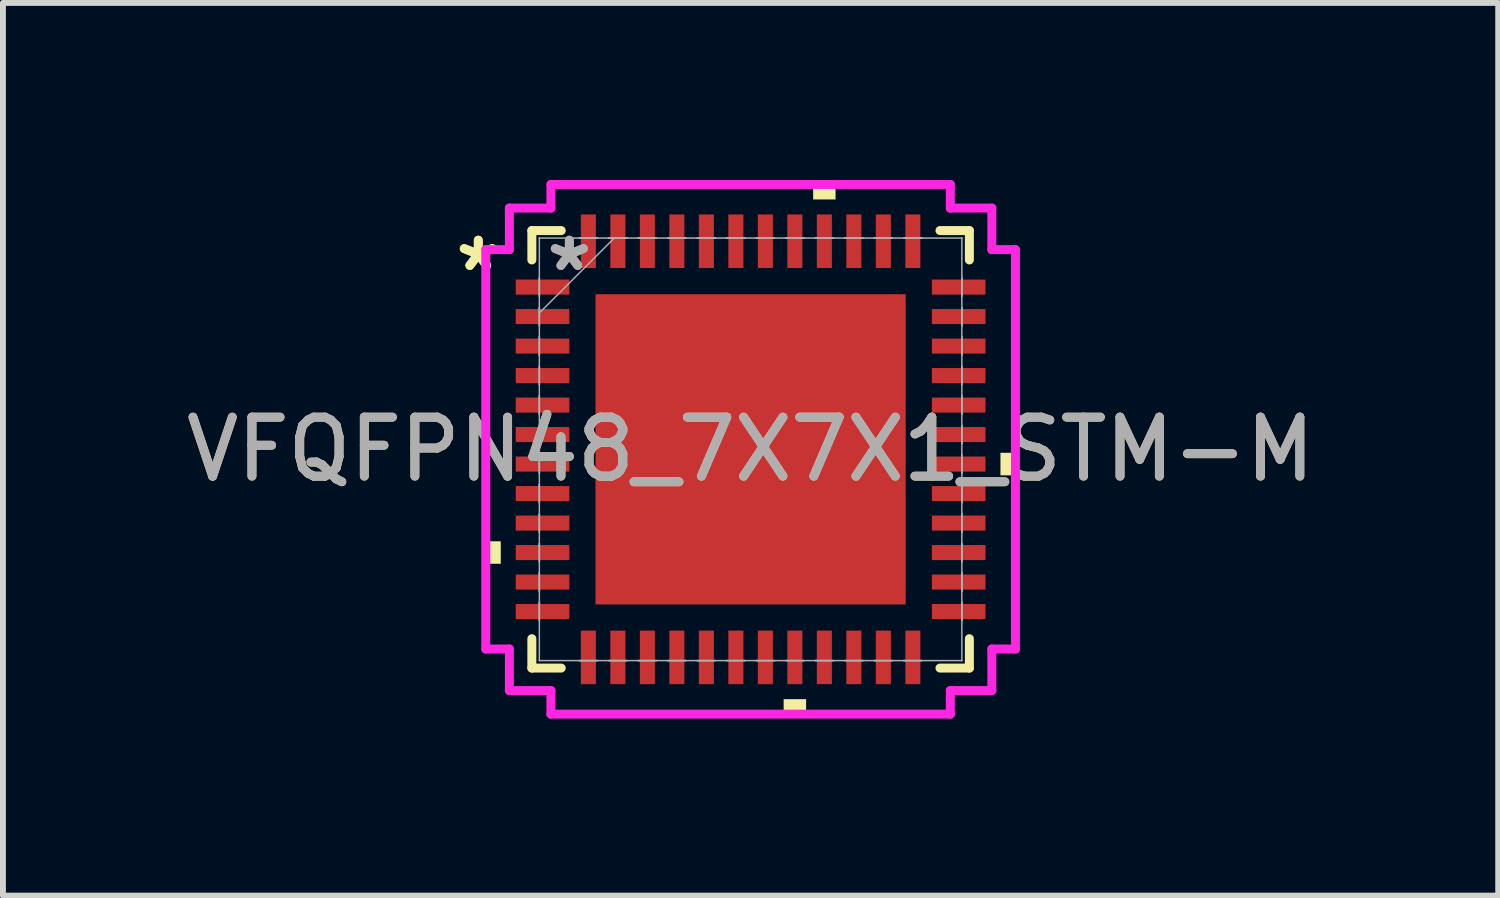
<source format=kicad_pcb>
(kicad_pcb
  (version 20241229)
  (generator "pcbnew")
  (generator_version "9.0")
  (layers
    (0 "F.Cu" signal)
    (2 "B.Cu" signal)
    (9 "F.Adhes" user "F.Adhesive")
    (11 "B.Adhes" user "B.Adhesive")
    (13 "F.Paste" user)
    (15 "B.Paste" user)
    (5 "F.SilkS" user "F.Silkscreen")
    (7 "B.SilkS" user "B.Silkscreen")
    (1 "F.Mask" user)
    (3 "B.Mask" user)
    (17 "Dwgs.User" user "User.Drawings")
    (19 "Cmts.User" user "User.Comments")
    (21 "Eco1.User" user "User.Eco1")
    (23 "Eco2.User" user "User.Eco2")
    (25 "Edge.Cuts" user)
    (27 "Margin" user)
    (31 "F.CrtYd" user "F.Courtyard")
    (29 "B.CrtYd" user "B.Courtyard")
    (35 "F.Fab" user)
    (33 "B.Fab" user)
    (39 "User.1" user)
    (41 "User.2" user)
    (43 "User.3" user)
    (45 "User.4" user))
  (footprint "VFQFPN48_7X7X1_STM-M"
    (layer "F.Cu")
    (at 9.673 4.566)
    (property "Reference" "VFQFPN48_7X7X1_STM-M" (at 0 0 0) (unlocked yes) (layer "F.SilkS") (effects (font (size 1 1) (thickness 0.15))))
    (attr smd)
    (fp_line (start -3.708 -3.708) (end -3.708 -3.21) (stroke (width 0.152) (type solid)) (layer "F.SilkS"))
    (fp_line (start -3.708 3.21) (end -3.708 3.708) (stroke (width 0.152) (type solid)) (layer "F.SilkS"))
    (fp_line (start -3.708 3.708) (end -3.21 3.708) (stroke (width 0.152) (type solid)) (layer "F.SilkS"))
    (fp_line (start -3.21 -3.708) (end -3.708 -3.708) (stroke (width 0.152) (type solid)) (layer "F.SilkS"))
    (fp_line (start 3.21 3.708) (end 3.708 3.708) (stroke (width 0.152) (type solid)) (layer "F.SilkS"))
    (fp_line (start 3.708 -3.708) (end 3.21 -3.708) (stroke (width 0.152) (type solid)) (layer "F.SilkS"))
    (fp_line (start 3.708 -3.21) (end 3.708 -3.708) (stroke (width 0.152) (type solid)) (layer "F.SilkS"))
    (fp_line (start 3.708 3.708) (end 3.708 3.21) (stroke (width 0.152) (type solid)) (layer "F.SilkS"))
    (fp_poly (pts (xy -4.489 1.559) (xy -4.489 1.94) (xy -4.235 1.94) (xy -4.235 1.559)) (stroke (width 0) (type solid)) (fill yes) (layer "F.SilkS"))
    (fp_poly (pts (xy 0.56 4.235) (xy 0.56 4.489) (xy 0.941 4.489) (xy 0.941 4.235)) (stroke (width 0) (type solid)) (fill yes) (layer "F.SilkS"))
    (fp_poly (pts (xy 1.06 -4.235) (xy 1.06 -4.489) (xy 1.44 -4.489) (xy 1.44 -4.235)) (stroke (width 0) (type solid)) (fill yes) (layer "F.SilkS"))
    (fp_poly (pts (xy 4.489 0.059) (xy 4.489 0.441) (xy 4.235 0.441) (xy 4.235 0.059)) (stroke (width 0) (type solid)) (fill yes) (layer "F.SilkS"))
    (fp_poly (pts (xy -2.529 -2.529) (xy -2.529 -1.414) (xy -1.414 -1.414) (xy -1.414 -2.529)) (stroke (width 0) (type solid)) (fill yes) (layer "F.Paste"))
    (fp_poly (pts (xy -2.529 -1.214) (xy -2.529 -0.1) (xy -1.414 -0.1) (xy -1.414 -1.214)) (stroke (width 0) (type solid)) (fill yes) (layer "F.Paste"))
    (fp_poly (pts (xy -2.529 0.1) (xy -2.529 1.214) (xy -1.414 1.214) (xy -1.414 0.1)) (stroke (width 0) (type solid)) (fill yes) (layer "F.Paste"))
    (fp_poly (pts (xy -2.529 1.414) (xy -2.529 2.529) (xy -1.414 2.529) (xy -1.414 1.414)) (stroke (width 0) (type solid)) (fill yes) (layer "F.Paste"))
    (fp_poly (pts (xy -1.214 -2.529) (xy -1.214 -1.414) (xy -0.1 -1.414) (xy -0.1 -2.529)) (stroke (width 0) (type solid)) (fill yes) (layer "F.Paste"))
    (fp_poly (pts (xy -1.214 -1.214) (xy -1.214 -0.1) (xy -0.1 -0.1) (xy -0.1 -1.214)) (stroke (width 0) (type solid)) (fill yes) (layer "F.Paste"))
    (fp_poly (pts (xy -1.214 0.1) (xy -1.214 1.214) (xy -0.1 1.214) (xy -0.1 0.1)) (stroke (width 0) (type solid)) (fill yes) (layer "F.Paste"))
    (fp_poly (pts (xy -1.214 1.414) (xy -1.214 2.529) (xy -0.1 2.529) (xy -0.1 1.414)) (stroke (width 0) (type solid)) (fill yes) (layer "F.Paste"))
    (fp_poly (pts (xy 0.1 -2.529) (xy 0.1 -1.414) (xy 1.214 -1.414) (xy 1.214 -2.529)) (stroke (width 0) (type solid)) (fill yes) (layer "F.Paste"))
    (fp_poly (pts (xy 0.1 -1.214) (xy 0.1 -0.1) (xy 1.214 -0.1) (xy 1.214 -1.214)) (stroke (width 0) (type solid)) (fill yes) (layer "F.Paste"))
    (fp_poly (pts (xy 0.1 0.1) (xy 0.1 1.214) (xy 1.214 1.214) (xy 1.214 0.1)) (stroke (width 0) (type solid)) (fill yes) (layer "F.Paste"))
    (fp_poly (pts (xy 0.1 1.414) (xy 0.1 2.529) (xy 1.214 2.529) (xy 1.214 1.414)) (stroke (width 0) (type solid)) (fill yes) (layer "F.Paste"))
    (fp_poly (pts (xy 1.414 -2.529) (xy 1.414 -1.414) (xy 2.529 -1.414) (xy 2.529 -2.529)) (stroke (width 0) (type solid)) (fill yes) (layer "F.Paste"))
    (fp_poly (pts (xy 1.414 -1.214) (xy 1.414 -0.1) (xy 2.529 -0.1) (xy 2.529 -1.214)) (stroke (width 0) (type solid)) (fill yes) (layer "F.Paste"))
    (fp_poly (pts (xy 1.414 0.1) (xy 1.414 1.214) (xy 2.529 1.214) (xy 2.529 0.1)) (stroke (width 0) (type solid)) (fill yes) (layer "F.Paste"))
    (fp_poly (pts (xy 1.414 1.414) (xy 1.414 2.529) (xy 2.529 2.529) (xy 2.529 1.414)) (stroke (width 0) (type solid)) (fill yes) (layer "F.Paste"))
    (fp_line (start -4.489 -3.385) (end -4.089 -3.385) (stroke (width 0.152) (type solid)) (layer "F.CrtYd"))
    (fp_line (start -4.489 3.385) (end -4.489 -3.385) (stroke (width 0.152) (type solid)) (layer "F.CrtYd"))
    (fp_line (start -4.089 -4.089) (end -3.385 -4.089) (stroke (width 0.152) (type solid)) (layer "F.CrtYd"))
    (fp_line (start -4.089 -3.385) (end -4.089 -4.089) (stroke (width 0.152) (type solid)) (layer "F.CrtYd"))
    (fp_line (start -4.089 3.385) (end -4.489 3.385) (stroke (width 0.152) (type solid)) (layer "F.CrtYd"))
    (fp_line (start -4.089 4.089) (end -4.089 3.385) (stroke (width 0.152) (type solid)) (layer "F.CrtYd"))
    (fp_line (start -3.385 -4.489) (end 3.385 -4.489) (stroke (width 0.152) (type solid)) (layer "F.CrtYd"))
    (fp_line (start -3.385 -4.089) (end -3.385 -4.489) (stroke (width 0.152) (type solid)) (layer "F.CrtYd"))
    (fp_line (start -3.385 4.089) (end -4.089 4.089) (stroke (width 0.152) (type solid)) (layer "F.CrtYd"))
    (fp_line (start -3.385 4.489) (end -3.385 4.089) (stroke (width 0.152) (type solid)) (layer "F.CrtYd"))
    (fp_line (start 3.385 -4.489) (end 3.385 -4.089) (stroke (width 0.152) (type solid)) (layer "F.CrtYd"))
    (fp_line (start 3.385 -4.089) (end 4.089 -4.089) (stroke (width 0.152) (type solid)) (layer "F.CrtYd"))
    (fp_line (start 3.385 4.089) (end 3.385 4.489) (stroke (width 0.152) (type solid)) (layer "F.CrtYd"))
    (fp_line (start 3.385 4.489) (end -3.385 4.489) (stroke (width 0.152) (type solid)) (layer "F.CrtYd"))
    (fp_line (start 4.089 -4.089) (end 4.089 -3.385) (stroke (width 0.152) (type solid)) (layer "F.CrtYd"))
    (fp_line (start 4.089 -3.385) (end 4.489 -3.385) (stroke (width 0.152) (type solid)) (layer "F.CrtYd"))
    (fp_line (start 4.089 3.385) (end 4.089 4.089) (stroke (width 0.152) (type solid)) (layer "F.CrtYd"))
    (fp_line (start 4.089 4.089) (end 3.385 4.089) (stroke (width 0.152) (type solid)) (layer "F.CrtYd"))
    (fp_line (start 4.489 -3.385) (end 4.489 3.385) (stroke (width 0.152) (type solid)) (layer "F.CrtYd"))
    (fp_line (start 4.489 3.385) (end 4.089 3.385) (stroke (width 0.152) (type solid)) (layer "F.CrtYd"))
    (fp_line (start -3.581 -3.581) (end -3.581 -3.581) (stroke (width 0.025) (type solid)) (layer "F.Fab"))
    (fp_line (start -3.581 -3.581) (end -3.581 3.581) (stroke (width 0.025) (type solid)) (layer "F.Fab"))
    (fp_line (start -3.581 -2.902) (end -3.581 -2.902) (stroke (width 0.025) (type solid)) (layer "F.Fab"))
    (fp_line (start -3.581 -2.902) (end -3.581 -2.598) (stroke (width 0.025) (type solid)) (layer "F.Fab"))
    (fp_line (start -3.581 -2.598) (end -3.581 -2.902) (stroke (width 0.025) (type solid)) (layer "F.Fab"))
    (fp_line (start -3.581 -2.598) (end -3.581 -2.598) (stroke (width 0.025) (type solid)) (layer "F.Fab"))
    (fp_line (start -3.581 -2.402) (end -3.581 -2.402) (stroke (width 0.025) (type solid)) (layer "F.Fab"))
    (fp_line (start -3.581 -2.402) (end -3.581 -2.098) (stroke (width 0.025) (type solid)) (layer "F.Fab"))
    (fp_line (start -3.581 -2.311) (end -2.311 -3.581) (stroke (width 0.025) (type solid)) (layer "F.Fab"))
    (fp_line (start -3.581 -2.098) (end -3.581 -2.402) (stroke (width 0.025) (type solid)) (layer "F.Fab"))
    (fp_line (start -3.581 -2.098) (end -3.581 -2.098) (stroke (width 0.025) (type solid)) (layer "F.Fab"))
    (fp_line (start -3.581 -1.902) (end -3.581 -1.902) (stroke (width 0.025) (type solid)) (layer "F.Fab"))
    (fp_line (start -3.581 -1.902) (end -3.581 -1.598) (stroke (width 0.025) (type solid)) (layer "F.Fab"))
    (fp_line (start -3.581 -1.598) (end -3.581 -1.902) (stroke (width 0.025) (type solid)) (layer "F.Fab"))
    (fp_line (start -3.581 -1.598) (end -3.581 -1.598) (stroke (width 0.025) (type solid)) (layer "F.Fab"))
    (fp_line (start -3.581 -1.402) (end -3.581 -1.402) (stroke (width 0.025) (type solid)) (layer "F.Fab"))
    (fp_line (start -3.581 -1.402) (end -3.581 -1.098) (stroke (width 0.025) (type solid)) (layer "F.Fab"))
    (fp_line (start -3.581 -1.098) (end -3.581 -1.402) (stroke (width 0.025) (type solid)) (layer "F.Fab"))
    (fp_line (start -3.581 -1.098) (end -3.581 -1.098) (stroke (width 0.025) (type solid)) (layer "F.Fab"))
    (fp_line (start -3.581 -0.902) (end -3.581 -0.902) (stroke (width 0.025) (type solid)) (layer "F.Fab"))
    (fp_line (start -3.581 -0.902) (end -3.581 -0.598) (stroke (width 0.025) (type solid)) (layer "F.Fab"))
    (fp_line (start -3.581 -0.598) (end -3.581 -0.902) (stroke (width 0.025) (type solid)) (layer "F.Fab"))
    (fp_line (start -3.581 -0.598) (end -3.581 -0.598) (stroke (width 0.025) (type solid)) (layer "F.Fab"))
    (fp_line (start -3.581 -0.402) (end -3.581 -0.402) (stroke (width 0.025) (type solid)) (layer "F.Fab"))
    (fp_line (start -3.581 -0.402) (end -3.581 -0.098) (stroke (width 0.025) (type solid)) (layer "F.Fab"))
    (fp_line (start -3.581 -0.098) (end -3.581 -0.402) (stroke (width 0.025) (type solid)) (layer "F.Fab"))
    (fp_line (start -3.581 -0.098) (end -3.581 -0.098) (stroke (width 0.025) (type solid)) (layer "F.Fab"))
    (fp_line (start -3.581 0.098) (end -3.581 0.098) (stroke (width 0.025) (type solid)) (layer "F.Fab"))
    (fp_line (start -3.581 0.098) (end -3.581 0.402) (stroke (width 0.025) (type solid)) (layer "F.Fab"))
    (fp_line (start -3.581 0.402) (end -3.581 0.098) (stroke (width 0.025) (type solid)) (layer "F.Fab"))
    (fp_line (start -3.581 0.402) (end -3.581 0.402) (stroke (width 0.025) (type solid)) (layer "F.Fab"))
    (fp_line (start -3.581 0.598) (end -3.581 0.598) (stroke (width 0.025) (type solid)) (layer "F.Fab"))
    (fp_line (start -3.581 0.598) (end -3.581 0.902) (stroke (width 0.025) (type solid)) (layer "F.Fab"))
    (fp_line (start -3.581 0.902) (end -3.581 0.598) (stroke (width 0.025) (type solid)) (layer "F.Fab"))
    (fp_line (start -3.581 0.902) (end -3.581 0.902) (stroke (width 0.025) (type solid)) (layer "F.Fab"))
    (fp_line (start -3.581 1.098) (end -3.581 1.098) (stroke (width 0.025) (type solid)) (layer "F.Fab"))
    (fp_line (start -3.581 1.098) (end -3.581 1.402) (stroke (width 0.025) (type solid)) (layer "F.Fab"))
    (fp_line (start -3.581 1.402) (end -3.581 1.098) (stroke (width 0.025) (type solid)) (layer "F.Fab"))
    (fp_line (start -3.581 1.402) (end -3.581 1.402) (stroke (width 0.025) (type solid)) (layer "F.Fab"))
    (fp_line (start -3.581 1.598) (end -3.581 1.598) (stroke (width 0.025) (type solid)) (layer "F.Fab"))
    (fp_line (start -3.581 1.598) (end -3.581 1.902) (stroke (width 0.025) (type solid)) (layer "F.Fab"))
    (fp_line (start -3.581 1.902) (end -3.581 1.598) (stroke (width 0.025) (type solid)) (layer "F.Fab"))
    (fp_line (start -3.581 1.902) (end -3.581 1.902) (stroke (width 0.025) (type solid)) (layer "F.Fab"))
    (fp_line (start -3.581 2.098) (end -3.581 2.098) (stroke (width 0.025) (type solid)) (layer "F.Fab"))
    (fp_line (start -3.581 2.098) (end -3.581 2.402) (stroke (width 0.025) (type solid)) (layer "F.Fab"))
    (fp_line (start -3.581 2.402) (end -3.581 2.098) (stroke (width 0.025) (type solid)) (layer "F.Fab"))
    (fp_line (start -3.581 2.402) (end -3.581 2.402) (stroke (width 0.025) (type solid)) (layer "F.Fab"))
    (fp_line (start -3.581 2.598) (end -3.581 2.598) (stroke (width 0.025) (type solid)) (layer "F.Fab"))
    (fp_line (start -3.581 2.598) (end -3.581 2.902) (stroke (width 0.025) (type solid)) (layer "F.Fab"))
    (fp_line (start -3.581 2.902) (end -3.581 2.598) (stroke (width 0.025) (type solid)) (layer "F.Fab"))
    (fp_line (start -3.581 2.902) (end -3.581 2.902) (stroke (width 0.025) (type solid)) (layer "F.Fab"))
    (fp_line (start -3.581 3.581) (end -3.581 3.581) (stroke (width 0.025) (type solid)) (layer "F.Fab"))
    (fp_line (start -3.581 3.581) (end 3.581 3.581) (stroke (width 0.025) (type solid)) (layer "F.Fab"))
    (fp_line (start -2.902 -3.581) (end -2.902 -3.581) (stroke (width 0.025) (type solid)) (layer "F.Fab"))
    (fp_line (start -2.902 -3.581) (end -2.598 -3.581) (stroke (width 0.025) (type solid)) (layer "F.Fab"))
    (fp_line (start -2.902 3.581) (end -2.902 3.581) (stroke (width 0.025) (type solid)) (layer "F.Fab"))
    (fp_line (start -2.902 3.581) (end -2.598 3.581) (stroke (width 0.025) (type solid)) (layer "F.Fab"))
    (fp_line (start -2.598 -3.581) (end -2.902 -3.581) (stroke (width 0.025) (type solid)) (layer "F.Fab"))
    (fp_line (start -2.598 -3.581) (end -2.598 -3.581) (stroke (width 0.025) (type solid)) (layer "F.Fab"))
    (fp_line (start -2.598 3.581) (end -2.902 3.581) (stroke (width 0.025) (type solid)) (layer "F.Fab"))
    (fp_line (start -2.598 3.581) (end -2.598 3.581) (stroke (width 0.025) (type solid)) (layer "F.Fab"))
    (fp_line (start -2.402 -3.581) (end -2.402 -3.581) (stroke (width 0.025) (type solid)) (layer "F.Fab"))
    (fp_line (start -2.402 -3.581) (end -2.098 -3.581) (stroke (width 0.025) (type solid)) (layer "F.Fab"))
    (fp_line (start -2.402 3.581) (end -2.402 3.581) (stroke (width 0.025) (type solid)) (layer "F.Fab"))
    (fp_line (start -2.402 3.581) (end -2.098 3.581) (stroke (width 0.025) (type solid)) (layer "F.Fab"))
    (fp_line (start -2.098 -3.581) (end -2.402 -3.581) (stroke (width 0.025) (type solid)) (layer "F.Fab"))
    (fp_line (start -2.098 -3.581) (end -2.098 -3.581) (stroke (width 0.025) (type solid)) (layer "F.Fab"))
    (fp_line (start -2.098 3.581) (end -2.402 3.581) (stroke (width 0.025) (type solid)) (layer "F.Fab"))
    (fp_line (start -2.098 3.581) (end -2.098 3.581) (stroke (width 0.025) (type solid)) (layer "F.Fab"))
    (fp_line (start -1.902 -3.581) (end -1.902 -3.581) (stroke (width 0.025) (type solid)) (layer "F.Fab"))
    (fp_line (start -1.902 -3.581) (end -1.598 -3.581) (stroke (width 0.025) (type solid)) (layer "F.Fab"))
    (fp_line (start -1.902 3.581) (end -1.902 3.581) (stroke (width 0.025) (type solid)) (layer "F.Fab"))
    (fp_line (start -1.902 3.581) (end -1.598 3.581) (stroke (width 0.025) (type solid)) (layer "F.Fab"))
    (fp_line (start -1.598 -3.581) (end -1.902 -3.581) (stroke (width 0.025) (type solid)) (layer "F.Fab"))
    (fp_line (start -1.598 -3.581) (end -1.598 -3.581) (stroke (width 0.025) (type solid)) (layer "F.Fab"))
    (fp_line (start -1.598 3.581) (end -1.902 3.581) (stroke (width 0.025) (type solid)) (layer "F.Fab"))
    (fp_line (start -1.598 3.581) (end -1.598 3.581) (stroke (width 0.025) (type solid)) (layer "F.Fab"))
    (fp_line (start -1.402 -3.581) (end -1.402 -3.581) (stroke (width 0.025) (type solid)) (layer "F.Fab"))
    (fp_line (start -1.402 -3.581) (end -1.098 -3.581) (stroke (width 0.025) (type solid)) (layer "F.Fab"))
    (fp_line (start -1.402 3.581) (end -1.402 3.581) (stroke (width 0.025) (type solid)) (layer "F.Fab"))
    (fp_line (start -1.402 3.581) (end -1.098 3.581) (stroke (width 0.025) (type solid)) (layer "F.Fab"))
    (fp_line (start -1.098 -3.581) (end -1.402 -3.581) (stroke (width 0.025) (type solid)) (layer "F.Fab"))
    (fp_line (start -1.098 -3.581) (end -1.098 -3.581) (stroke (width 0.025) (type solid)) (layer "F.Fab"))
    (fp_line (start -1.098 3.581) (end -1.402 3.581) (stroke (width 0.025) (type solid)) (layer "F.Fab"))
    (fp_line (start -1.098 3.581) (end -1.098 3.581) (stroke (width 0.025) (type solid)) (layer "F.Fab"))
    (fp_line (start -0.902 -3.581) (end -0.902 -3.581) (stroke (width 0.025) (type solid)) (layer "F.Fab"))
    (fp_line (start -0.902 -3.581) (end -0.598 -3.581) (stroke (width 0.025) (type solid)) (layer "F.Fab"))
    (fp_line (start -0.902 3.581) (end -0.902 3.581) (stroke (width 0.025) (type solid)) (layer "F.Fab"))
    (fp_line (start -0.902 3.581) (end -0.598 3.581) (stroke (width 0.025) (type solid)) (layer "F.Fab"))
    (fp_line (start -0.598 -3.581) (end -0.902 -3.581) (stroke (width 0.025) (type solid)) (layer "F.Fab"))
    (fp_line (start -0.598 -3.581) (end -0.598 -3.581) (stroke (width 0.025) (type solid)) (layer "F.Fab"))
    (fp_line (start -0.598 3.581) (end -0.902 3.581) (stroke (width 0.025) (type solid)) (layer "F.Fab"))
    (fp_line (start -0.598 3.581) (end -0.598 3.581) (stroke (width 0.025) (type solid)) (layer "F.Fab"))
    (fp_line (start -0.402 -3.581) (end -0.402 -3.581) (stroke (width 0.025) (type solid)) (layer "F.Fab"))
    (fp_line (start -0.402 -3.581) (end -0.098 -3.581) (stroke (width 0.025) (type solid)) (layer "F.Fab"))
    (fp_line (start -0.402 3.581) (end -0.402 3.581) (stroke (width 0.025) (type solid)) (layer "F.Fab"))
    (fp_line (start -0.402 3.581) (end -0.098 3.581) (stroke (width 0.025) (type solid)) (layer "F.Fab"))
    (fp_line (start -0.098 -3.581) (end -0.402 -3.581) (stroke (width 0.025) (type solid)) (layer "F.Fab"))
    (fp_line (start -0.098 -3.581) (end -0.098 -3.581) (stroke (width 0.025) (type solid)) (layer "F.Fab"))
    (fp_line (start -0.098 3.581) (end -0.402 3.581) (stroke (width 0.025) (type solid)) (layer "F.Fab"))
    (fp_line (start -0.098 3.581) (end -0.098 3.581) (stroke (width 0.025) (type solid)) (layer "F.Fab"))
    (fp_line (start 0.098 -3.581) (end 0.098 -3.581) (stroke (width 0.025) (type solid)) (layer "F.Fab"))
    (fp_line (start 0.098 -3.581) (end 0.402 -3.581) (stroke (width 0.025) (type solid)) (layer "F.Fab"))
    (fp_line (start 0.098 3.581) (end 0.098 3.581) (stroke (width 0.025) (type solid)) (layer "F.Fab"))
    (fp_line (start 0.098 3.581) (end 0.402 3.581) (stroke (width 0.025) (type solid)) (layer "F.Fab"))
    (fp_line (start 0.402 -3.581) (end 0.098 -3.581) (stroke (width 0.025) (type solid)) (layer "F.Fab"))
    (fp_line (start 0.402 -3.581) (end 0.402 -3.581) (stroke (width 0.025) (type solid)) (layer "F.Fab"))
    (fp_line (start 0.402 3.581) (end 0.098 3.581) (stroke (width 0.025) (type solid)) (layer "F.Fab"))
    (fp_line (start 0.402 3.581) (end 0.402 3.581) (stroke (width 0.025) (type solid)) (layer "F.Fab"))
    (fp_line (start 0.598 -3.581) (end 0.598 -3.581) (stroke (width 0.025) (type solid)) (layer "F.Fab"))
    (fp_line (start 0.598 -3.581) (end 0.902 -3.581) (stroke (width 0.025) (type solid)) (layer "F.Fab"))
    (fp_line (start 0.598 3.581) (end 0.598 3.581) (stroke (width 0.025) (type solid)) (layer "F.Fab"))
    (fp_line (start 0.598 3.581) (end 0.902 3.581) (stroke (width 0.025) (type solid)) (layer "F.Fab"))
    (fp_line (start 0.902 -3.581) (end 0.598 -3.581) (stroke (width 0.025) (type solid)) (layer "F.Fab"))
    (fp_line (start 0.902 -3.581) (end 0.902 -3.581) (stroke (width 0.025) (type solid)) (layer "F.Fab"))
    (fp_line (start 0.902 3.581) (end 0.598 3.581) (stroke (width 0.025) (type solid)) (layer "F.Fab"))
    (fp_line (start 0.902 3.581) (end 0.902 3.581) (stroke (width 0.025) (type solid)) (layer "F.Fab"))
    (fp_line (start 1.098 -3.581) (end 1.098 -3.581) (stroke (width 0.025) (type solid)) (layer "F.Fab"))
    (fp_line (start 1.098 -3.581) (end 1.402 -3.581) (stroke (width 0.025) (type solid)) (layer "F.Fab"))
    (fp_line (start 1.098 3.581) (end 1.098 3.581) (stroke (width 0.025) (type solid)) (layer "F.Fab"))
    (fp_line (start 1.098 3.581) (end 1.402 3.581) (stroke (width 0.025) (type solid)) (layer "F.Fab"))
    (fp_line (start 1.402 -3.581) (end 1.098 -3.581) (stroke (width 0.025) (type solid)) (layer "F.Fab"))
    (fp_line (start 1.402 -3.581) (end 1.402 -3.581) (stroke (width 0.025) (type solid)) (layer "F.Fab"))
    (fp_line (start 1.402 3.581) (end 1.098 3.581) (stroke (width 0.025) (type solid)) (layer "F.Fab"))
    (fp_line (start 1.402 3.581) (end 1.402 3.581) (stroke (width 0.025) (type solid)) (layer "F.Fab"))
    (fp_line (start 1.598 -3.581) (end 1.598 -3.581) (stroke (width 0.025) (type solid)) (layer "F.Fab"))
    (fp_line (start 1.598 -3.581) (end 1.902 -3.581) (stroke (width 0.025) (type solid)) (layer "F.Fab"))
    (fp_line (start 1.598 3.581) (end 1.598 3.581) (stroke (width 0.025) (type solid)) (layer "F.Fab"))
    (fp_line (start 1.598 3.581) (end 1.902 3.581) (stroke (width 0.025) (type solid)) (layer "F.Fab"))
    (fp_line (start 1.902 -3.581) (end 1.598 -3.581) (stroke (width 0.025) (type solid)) (layer "F.Fab"))
    (fp_line (start 1.902 -3.581) (end 1.902 -3.581) (stroke (width 0.025) (type solid)) (layer "F.Fab"))
    (fp_line (start 1.902 3.581) (end 1.598 3.581) (stroke (width 0.025) (type solid)) (layer "F.Fab"))
    (fp_line (start 1.902 3.581) (end 1.902 3.581) (stroke (width 0.025) (type solid)) (layer "F.Fab"))
    (fp_line (start 2.098 -3.581) (end 2.098 -3.581) (stroke (width 0.025) (type solid)) (layer "F.Fab"))
    (fp_line (start 2.098 -3.581) (end 2.402 -3.581) (stroke (width 0.025) (type solid)) (layer "F.Fab"))
    (fp_line (start 2.098 3.581) (end 2.098 3.581) (stroke (width 0.025) (type solid)) (layer "F.Fab"))
    (fp_line (start 2.098 3.581) (end 2.402 3.581) (stroke (width 0.025) (type solid)) (layer "F.Fab"))
    (fp_line (start 2.402 -3.581) (end 2.098 -3.581) (stroke (width 0.025) (type solid)) (layer "F.Fab"))
    (fp_line (start 2.402 -3.581) (end 2.402 -3.581) (stroke (width 0.025) (type solid)) (layer "F.Fab"))
    (fp_line (start 2.402 3.581) (end 2.098 3.581) (stroke (width 0.025) (type solid)) (layer "F.Fab"))
    (fp_line (start 2.402 3.581) (end 2.402 3.581) (stroke (width 0.025) (type solid)) (layer "F.Fab"))
    (fp_line (start 2.598 -3.581) (end 2.598 -3.581) (stroke (width 0.025) (type solid)) (layer "F.Fab"))
    (fp_line (start 2.598 -3.581) (end 2.902 -3.581) (stroke (width 0.025) (type solid)) (layer "F.Fab"))
    (fp_line (start 2.598 3.581) (end 2.598 3.581) (stroke (width 0.025) (type solid)) (layer "F.Fab"))
    (fp_line (start 2.598 3.581) (end 2.902 3.581) (stroke (width 0.025) (type solid)) (layer "F.Fab"))
    (fp_line (start 2.902 -3.581) (end 2.598 -3.581) (stroke (width 0.025) (type solid)) (layer "F.Fab"))
    (fp_line (start 2.902 -3.581) (end 2.902 -3.581) (stroke (width 0.025) (type solid)) (layer "F.Fab"))
    (fp_line (start 2.902 3.581) (end 2.598 3.581) (stroke (width 0.025) (type solid)) (layer "F.Fab"))
    (fp_line (start 2.902 3.581) (end 2.902 3.581) (stroke (width 0.025) (type solid)) (layer "F.Fab"))
    (fp_line (start 3.581 -3.581) (end -3.581 -3.581) (stroke (width 0.025) (type solid)) (layer "F.Fab"))
    (fp_line (start 3.581 -3.581) (end 3.581 -3.581) (stroke (width 0.025) (type solid)) (layer "F.Fab"))
    (fp_line (start 3.581 -2.902) (end 3.581 -2.902) (stroke (width 0.025) (type solid)) (layer "F.Fab"))
    (fp_line (start 3.581 -2.902) (end 3.581 -2.598) (stroke (width 0.025) (type solid)) (layer "F.Fab"))
    (fp_line (start 3.581 -2.598) (end 3.581 -2.902) (stroke (width 0.025) (type solid)) (layer "F.Fab"))
    (fp_line (start 3.581 -2.598) (end 3.581 -2.598) (stroke (width 0.025) (type solid)) (layer "F.Fab"))
    (fp_line (start 3.581 -2.402) (end 3.581 -2.402) (stroke (width 0.025) (type solid)) (layer "F.Fab"))
    (fp_line (start 3.581 -2.402) (end 3.581 -2.098) (stroke (width 0.025) (type solid)) (layer "F.Fab"))
    (fp_line (start 3.581 -2.098) (end 3.581 -2.402) (stroke (width 0.025) (type solid)) (layer "F.Fab"))
    (fp_line (start 3.581 -2.098) (end 3.581 -2.098) (stroke (width 0.025) (type solid)) (layer "F.Fab"))
    (fp_line (start 3.581 -1.902) (end 3.581 -1.902) (stroke (width 0.025) (type solid)) (layer "F.Fab"))
    (fp_line (start 3.581 -1.902) (end 3.581 -1.598) (stroke (width 0.025) (type solid)) (layer "F.Fab"))
    (fp_line (start 3.581 -1.598) (end 3.581 -1.902) (stroke (width 0.025) (type solid)) (layer "F.Fab"))
    (fp_line (start 3.581 -1.598) (end 3.581 -1.598) (stroke (width 0.025) (type solid)) (layer "F.Fab"))
    (fp_line (start 3.581 -1.402) (end 3.581 -1.402) (stroke (width 0.025) (type solid)) (layer "F.Fab"))
    (fp_line (start 3.581 -1.402) (end 3.581 -1.098) (stroke (width 0.025) (type solid)) (layer "F.Fab"))
    (fp_line (start 3.581 -1.098) (end 3.581 -1.402) (stroke (width 0.025) (type solid)) (layer "F.Fab"))
    (fp_line (start 3.581 -1.098) (end 3.581 -1.098) (stroke (width 0.025) (type solid)) (layer "F.Fab"))
    (fp_line (start 3.581 -0.902) (end 3.581 -0.902) (stroke (width 0.025) (type solid)) (layer "F.Fab"))
    (fp_line (start 3.581 -0.902) (end 3.581 -0.598) (stroke (width 0.025) (type solid)) (layer "F.Fab"))
    (fp_line (start 3.581 -0.598) (end 3.581 -0.902) (stroke (width 0.025) (type solid)) (layer "F.Fab"))
    (fp_line (start 3.581 -0.598) (end 3.581 -0.598) (stroke (width 0.025) (type solid)) (layer "F.Fab"))
    (fp_line (start 3.581 -0.402) (end 3.581 -0.402) (stroke (width 0.025) (type solid)) (layer "F.Fab"))
    (fp_line (start 3.581 -0.402) (end 3.581 -0.098) (stroke (width 0.025) (type solid)) (layer "F.Fab"))
    (fp_line (start 3.581 -0.098) (end 3.581 -0.402) (stroke (width 0.025) (type solid)) (layer "F.Fab"))
    (fp_line (start 3.581 -0.098) (end 3.581 -0.098) (stroke (width 0.025) (type solid)) (layer "F.Fab"))
    (fp_line (start 3.581 0.098) (end 3.581 0.098) (stroke (width 0.025) (type solid)) (layer "F.Fab"))
    (fp_line (start 3.581 0.098) (end 3.581 0.402) (stroke (width 0.025) (type solid)) (layer "F.Fab"))
    (fp_line (start 3.581 0.402) (end 3.581 0.098) (stroke (width 0.025) (type solid)) (layer "F.Fab"))
    (fp_line (start 3.581 0.402) (end 3.581 0.402) (stroke (width 0.025) (type solid)) (layer "F.Fab"))
    (fp_line (start 3.581 0.598) (end 3.581 0.598) (stroke (width 0.025) (type solid)) (layer "F.Fab"))
    (fp_line (start 3.581 0.598) (end 3.581 0.902) (stroke (width 0.025) (type solid)) (layer "F.Fab"))
    (fp_line (start 3.581 0.902) (end 3.581 0.598) (stroke (width 0.025) (type solid)) (layer "F.Fab"))
    (fp_line (start 3.581 0.902) (end 3.581 0.902) (stroke (width 0.025) (type solid)) (layer "F.Fab"))
    (fp_line (start 3.581 1.098) (end 3.581 1.098) (stroke (width 0.025) (type solid)) (layer "F.Fab"))
    (fp_line (start 3.581 1.098) (end 3.581 1.402) (stroke (width 0.025) (type solid)) (layer "F.Fab"))
    (fp_line (start 3.581 1.402) (end 3.581 1.098) (stroke (width 0.025) (type solid)) (layer "F.Fab"))
    (fp_line (start 3.581 1.402) (end 3.581 1.402) (stroke (width 0.025) (type solid)) (layer "F.Fab"))
    (fp_line (start 3.581 1.598) (end 3.581 1.598) (stroke (width 0.025) (type solid)) (layer "F.Fab"))
    (fp_line (start 3.581 1.598) (end 3.581 1.902) (stroke (width 0.025) (type solid)) (layer "F.Fab"))
    (fp_line (start 3.581 1.902) (end 3.581 1.598) (stroke (width 0.025) (type solid)) (layer "F.Fab"))
    (fp_line (start 3.581 1.902) (end 3.581 1.902) (stroke (width 0.025) (type solid)) (layer "F.Fab"))
    (fp_line (start 3.581 2.098) (end 3.581 2.098) (stroke (width 0.025) (type solid)) (layer "F.Fab"))
    (fp_line (start 3.581 2.098) (end 3.581 2.402) (stroke (width 0.025) (type solid)) (layer "F.Fab"))
    (fp_line (start 3.581 2.402) (end 3.581 2.098) (stroke (width 0.025) (type solid)) (layer "F.Fab"))
    (fp_line (start 3.581 2.402) (end 3.581 2.402) (stroke (width 0.025) (type solid)) (layer "F.Fab"))
    (fp_line (start 3.581 2.598) (end 3.581 2.598) (stroke (width 0.025) (type solid)) (layer "F.Fab"))
    (fp_line (start 3.581 2.598) (end 3.581 2.902) (stroke (width 0.025) (type solid)) (layer "F.Fab"))
    (fp_line (start 3.581 2.902) (end 3.581 2.598) (stroke (width 0.025) (type solid)) (layer "F.Fab"))
    (fp_line (start 3.581 2.902) (end 3.581 2.902) (stroke (width 0.025) (type solid)) (layer "F.Fab"))
    (fp_line (start 3.581 3.581) (end 3.581 -3.581) (stroke (width 0.025) (type solid)) (layer "F.Fab"))
    (fp_line (start 3.581 3.581) (end 3.581 3.581) (stroke (width 0.025) (type solid)) (layer "F.Fab"))
    (fp_text user "*" (at -4.616 -3 0) (layer "F.SilkS") (effects (font (size 1 1) (thickness 0.15))))
    (fp_text user "*" (at -4.616 -3 0) (unlocked yes) (layer "F.SilkS") (effects (font (size 1 1) (thickness 0.15))))
    (fp_text user "*" (at -3.073 -3 0) (layer "F.Fab") (effects (font (size 1 1) (thickness 0.15))))
    (fp_text user "${REFERENCE}" (at 0 0 0) (unlocked yes) (layer "F.Fab") (effects (font (size 1 1) (thickness 0.15))))
    (fp_text user "*" (at -3.073 -3 0) (unlocked yes) (layer "F.Fab") (effects (font (size 1 1) (thickness 0.15))))
    (pad "1" smd rect (at -3.527 -2.75 90) (size 0.255 0.908) (layers "F.Cu" "F.Mask" "F.Paste"))
    (pad "2" smd rect (at -3.527 -2.25 90) (size 0.255 0.908) (layers "F.Cu" "F.Mask" "F.Paste"))
    (pad "3" smd rect (at -3.527 -1.75 90) (size 0.255 0.908) (layers "F.Cu" "F.Mask" "F.Paste"))
    (pad "4" smd rect (at -3.527 -1.25 90) (size 0.255 0.908) (layers "F.Cu" "F.Mask" "F.Paste"))
    (pad "5" smd rect (at -3.527 -0.75 90) (size 0.255 0.908) (layers "F.Cu" "F.Mask" "F.Paste"))
    (pad "6" smd rect (at -3.527 -0.25 90) (size 0.255 0.908) (layers "F.Cu" "F.Mask" "F.Paste"))
    (pad "7" smd rect (at -3.527 0.25 90) (size 0.255 0.908) (layers "F.Cu" "F.Mask" "F.Paste"))
    (pad "8" smd rect (at -3.527 0.75 90) (size 0.255 0.908) (layers "F.Cu" "F.Mask" "F.Paste"))
    (pad "9" smd rect (at -3.527 1.25 90) (size 0.255 0.908) (layers "F.Cu" "F.Mask" "F.Paste"))
    (pad "10" smd rect (at -3.527 1.75 90) (size 0.255 0.908) (layers "F.Cu" "F.Mask" "F.Paste"))
    (pad "11" smd rect (at -3.527 2.25 90) (size 0.255 0.908) (layers "F.Cu" "F.Mask" "F.Paste"))
    (pad "12" smd rect (at -3.527 2.75 90) (size 0.255 0.908) (layers "F.Cu" "F.Mask" "F.Paste"))
    (pad "13" smd rect (at -2.75 3.527) (size 0.255 0.908) (layers "F.Cu" "F.Mask" "F.Paste"))
    (pad "14" smd rect (at -2.25 3.527) (size 0.255 0.908) (layers "F.Cu" "F.Mask" "F.Paste"))
    (pad "15" smd rect (at -1.75 3.527) (size 0.255 0.908) (layers "F.Cu" "F.Mask" "F.Paste"))
    (pad "16" smd rect (at -1.25 3.527) (size 0.255 0.908) (layers "F.Cu" "F.Mask" "F.Paste"))
    (pad "17" smd rect (at -0.75 3.527) (size 0.255 0.908) (layers "F.Cu" "F.Mask" "F.Paste"))
    (pad "18" smd rect (at -0.25 3.527) (size 0.255 0.908) (layers "F.Cu" "F.Mask" "F.Paste"))
    (pad "19" smd rect (at 0.25 3.527) (size 0.255 0.908) (layers "F.Cu" "F.Mask" "F.Paste"))
    (pad "20" smd rect (at 0.75 3.527) (size 0.255 0.908) (layers "F.Cu" "F.Mask" "F.Paste"))
    (pad "21" smd rect (at 1.25 3.527) (size 0.255 0.908) (layers "F.Cu" "F.Mask" "F.Paste"))
    (pad "22" smd rect (at 1.75 3.527) (size 0.255 0.908) (layers "F.Cu" "F.Mask" "F.Paste"))
    (pad "23" smd rect (at 2.25 3.527) (size 0.255 0.908) (layers "F.Cu" "F.Mask" "F.Paste"))
    (pad "24" smd rect (at 2.75 3.527) (size 0.255 0.908) (layers "F.Cu" "F.Mask" "F.Paste"))
    (pad "25" smd rect (at 3.527 2.75 90) (size 0.255 0.908) (layers "F.Cu" "F.Mask" "F.Paste"))
    (pad "26" smd rect (at 3.527 2.25 90) (size 0.255 0.908) (layers "F.Cu" "F.Mask" "F.Paste"))
    (pad "27" smd rect (at 3.527 1.75 90) (size 0.255 0.908) (layers "F.Cu" "F.Mask" "F.Paste"))
    (pad "28" smd rect (at 3.527 1.25 90) (size 0.255 0.908) (layers "F.Cu" "F.Mask" "F.Paste"))
    (pad "29" smd rect (at 3.527 0.75 90) (size 0.255 0.908) (layers "F.Cu" "F.Mask" "F.Paste"))
    (pad "30" smd rect (at 3.527 0.25 90) (size 0.255 0.908) (layers "F.Cu" "F.Mask" "F.Paste"))
    (pad "31" smd rect (at 3.527 -0.25 90) (size 0.255 0.908) (layers "F.Cu" "F.Mask" "F.Paste"))
    (pad "32" smd rect (at 3.527 -0.75 90) (size 0.255 0.908) (layers "F.Cu" "F.Mask" "F.Paste"))
    (pad "33" smd rect (at 3.527 -1.25 90) (size 0.255 0.908) (layers "F.Cu" "F.Mask" "F.Paste"))
    (pad "34" smd rect (at 3.527 -1.75 90) (size 0.255 0.908) (layers "F.Cu" "F.Mask" "F.Paste"))
    (pad "35" smd rect (at 3.527 -2.25 90) (size 0.255 0.908) (layers "F.Cu" "F.Mask" "F.Paste"))
    (pad "36" smd rect (at 3.527 -2.75 90) (size 0.255 0.908) (layers "F.Cu" "F.Mask" "F.Paste"))
    (pad "37" smd rect (at 2.75 -3.527) (size 0.255 0.908) (layers "F.Cu" "F.Mask" "F.Paste"))
    (pad "38" smd rect (at 2.25 -3.527) (size 0.255 0.908) (layers "F.Cu" "F.Mask" "F.Paste"))
    (pad "39" smd rect (at 1.75 -3.527) (size 0.255 0.908) (layers "F.Cu" "F.Mask" "F.Paste"))
    (pad "40" smd rect (at 1.25 -3.527) (size 0.255 0.908) (layers "F.Cu" "F.Mask" "F.Paste"))
    (pad "41" smd rect (at 0.75 -3.527) (size 0.255 0.908) (layers "F.Cu" "F.Mask" "F.Paste"))
    (pad "42" smd rect (at 0.25 -3.527) (size 0.255 0.908) (layers "F.Cu" "F.Mask" "F.Paste"))
    (pad "43" smd rect (at -0.25 -3.527) (size 0.255 0.908) (layers "F.Cu" "F.Mask" "F.Paste"))
    (pad "44" smd rect (at -0.75 -3.527) (size 0.255 0.908) (layers "F.Cu" "F.Mask" "F.Paste"))
    (pad "45" smd rect (at -1.25 -3.527) (size 0.255 0.908) (layers "F.Cu" "F.Mask" "F.Paste"))
    (pad "46" smd rect (at -1.75 -3.527) (size 0.255 0.908) (layers "F.Cu" "F.Mask" "F.Paste"))
    (pad "47" smd rect (at -2.25 -3.527) (size 0.255 0.908) (layers "F.Cu" "F.Mask" "F.Paste"))
    (pad "48" smd rect (at -2.75 -3.527) (size 0.255 0.908) (layers "F.Cu" "F.Mask" "F.Paste"))
    (pad "49" smd rect (at 0 0) (size 5.258 5.258) (layers "F.Cu" "F.Mask" "F.Paste")))
  (gr_rect
    (start -3 -3)
    (end 22.345 12.131)
    (stroke (width 0.1) (type default))
    (fill no)
    (layer "Edge.Cuts")))
</source>
